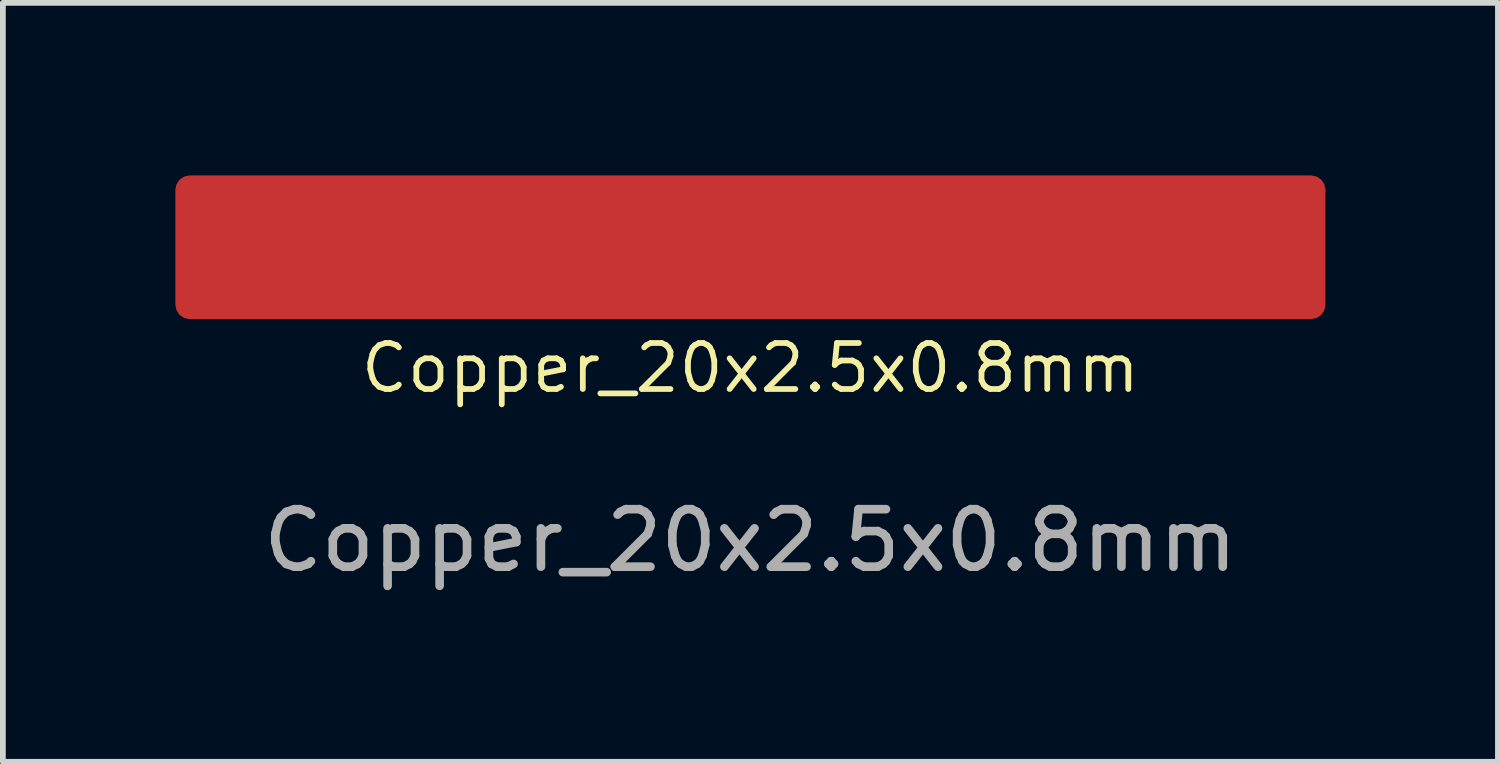
<source format=kicad_pcb>
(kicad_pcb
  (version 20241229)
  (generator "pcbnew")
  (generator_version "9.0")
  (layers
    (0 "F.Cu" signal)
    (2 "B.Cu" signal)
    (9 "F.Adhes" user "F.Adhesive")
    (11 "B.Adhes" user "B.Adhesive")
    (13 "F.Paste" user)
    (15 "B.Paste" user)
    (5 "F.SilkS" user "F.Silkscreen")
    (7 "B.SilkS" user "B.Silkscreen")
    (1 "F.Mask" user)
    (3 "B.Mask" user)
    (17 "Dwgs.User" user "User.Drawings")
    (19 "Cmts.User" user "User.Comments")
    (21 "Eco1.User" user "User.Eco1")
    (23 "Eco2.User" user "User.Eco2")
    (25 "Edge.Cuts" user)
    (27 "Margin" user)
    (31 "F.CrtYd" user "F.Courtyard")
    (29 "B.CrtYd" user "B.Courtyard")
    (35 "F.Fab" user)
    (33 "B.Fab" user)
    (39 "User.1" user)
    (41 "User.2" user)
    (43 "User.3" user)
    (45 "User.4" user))
  (footprint "Copper_20x2.5x0.8mm"
    (layer "F.Cu")
    (at 10 1.25)
    (property "Reference" "Copper_20x2.5x0.8mm" (at 0 2.1 0) (unlocked yes) (layer "F.SilkS") (effects (font (size 0.8 0.8) (thickness 0.1))))
    (attr smd)
    (fp_text user "${REFERENCE}" (at 0 5.1 0) (unlocked yes) (layer "F.Fab") (effects (font (size 1 1) (thickness 0.15))))
    (pad "1" smd roundrect (at 0 0 90) (size 2.5 20) (layers "F.Cu" "F.Mask" "F.Paste") (roundrect_rratio 0.1)))
  (gr_rect
    (start -3 -3)
    (end 23 10.198)
    (stroke (width 0.1) (type default))
    (fill no)
    (layer "Edge.Cuts")))
</source>
